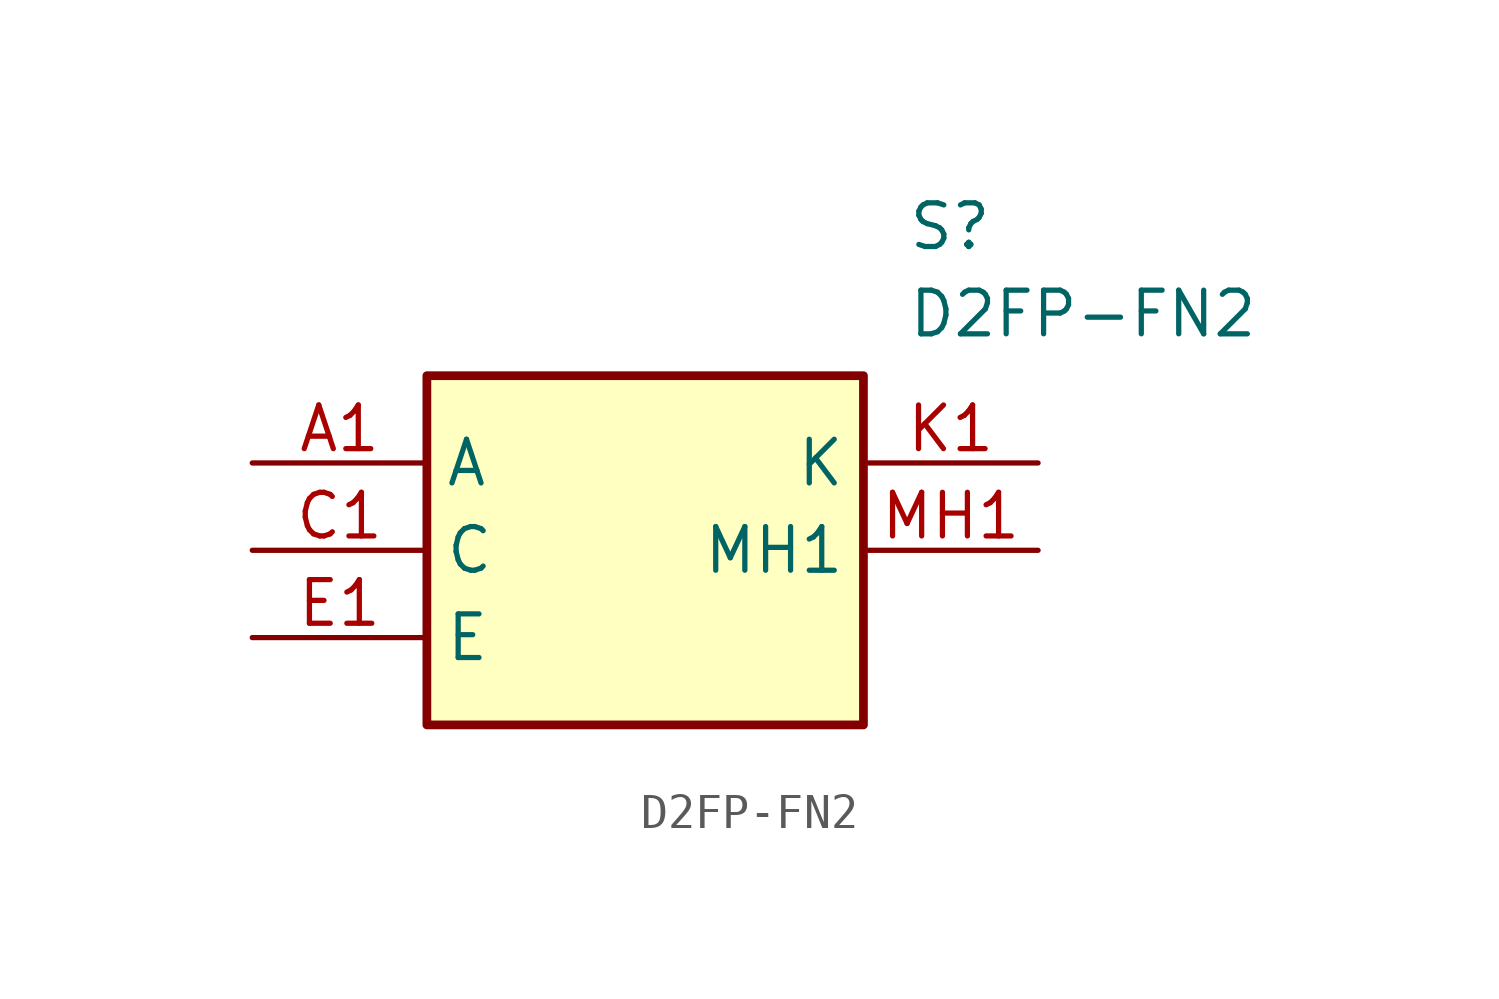
<source format=kicad_sym>
(kicad_symbol_lib
  (version 20211014)
  (generator SamacSys_ECAD_Model)
  (symbol "D2FP-FN2"
    (property "Reference" "S"
      (at 19.05 7.62 0)
      (effects (font (size 1.27 1.27)) (justify left top)))
    (property "Value" "D2FP-FN2"
      (at 19.05 5.08 0)
      (effects (font (size 1.27 1.27)) (justify left top)))
    (rectangle
      (start 5.08 2.54)
      (end 17.78 -7.62)
      (stroke (width 0.254) (type default))
      (fill (type background)))
    (pin passive line
      (at 0 0 0)
      (length 5.08)
      (name "A" (effects (font (size 1.27 1.27))))
      (number "A1" (effects (font (size 1.27 1.27)))))
    (pin passive line
      (at 0 -2.54 0)
      (length 5.08)
      (name "C" (effects (font (size 1.27 1.27))))
      (number "C1" (effects (font (size 1.27 1.27)))))
    (pin passive line
      (at 0 -5.08 0)
      (length 5.08)
      (name "E" (effects (font (size 1.27 1.27))))
      (number "E1" (effects (font (size 1.27 1.27)))))
    (pin passive line
      (at 22.86 0 180)
      (length 5.08)
      (name "K" (effects (font (size 1.27 1.27))))
      (number "K1" (effects (font (size 1.27 1.27)))))
    (pin passive line
      (at 22.86 -2.54 180)
      (length 5.08)
      (name "MH1" (effects (font (size 1.27 1.27))))
      (number "MH1" (effects (font (size 1.27 1.27)))))))
</source>
